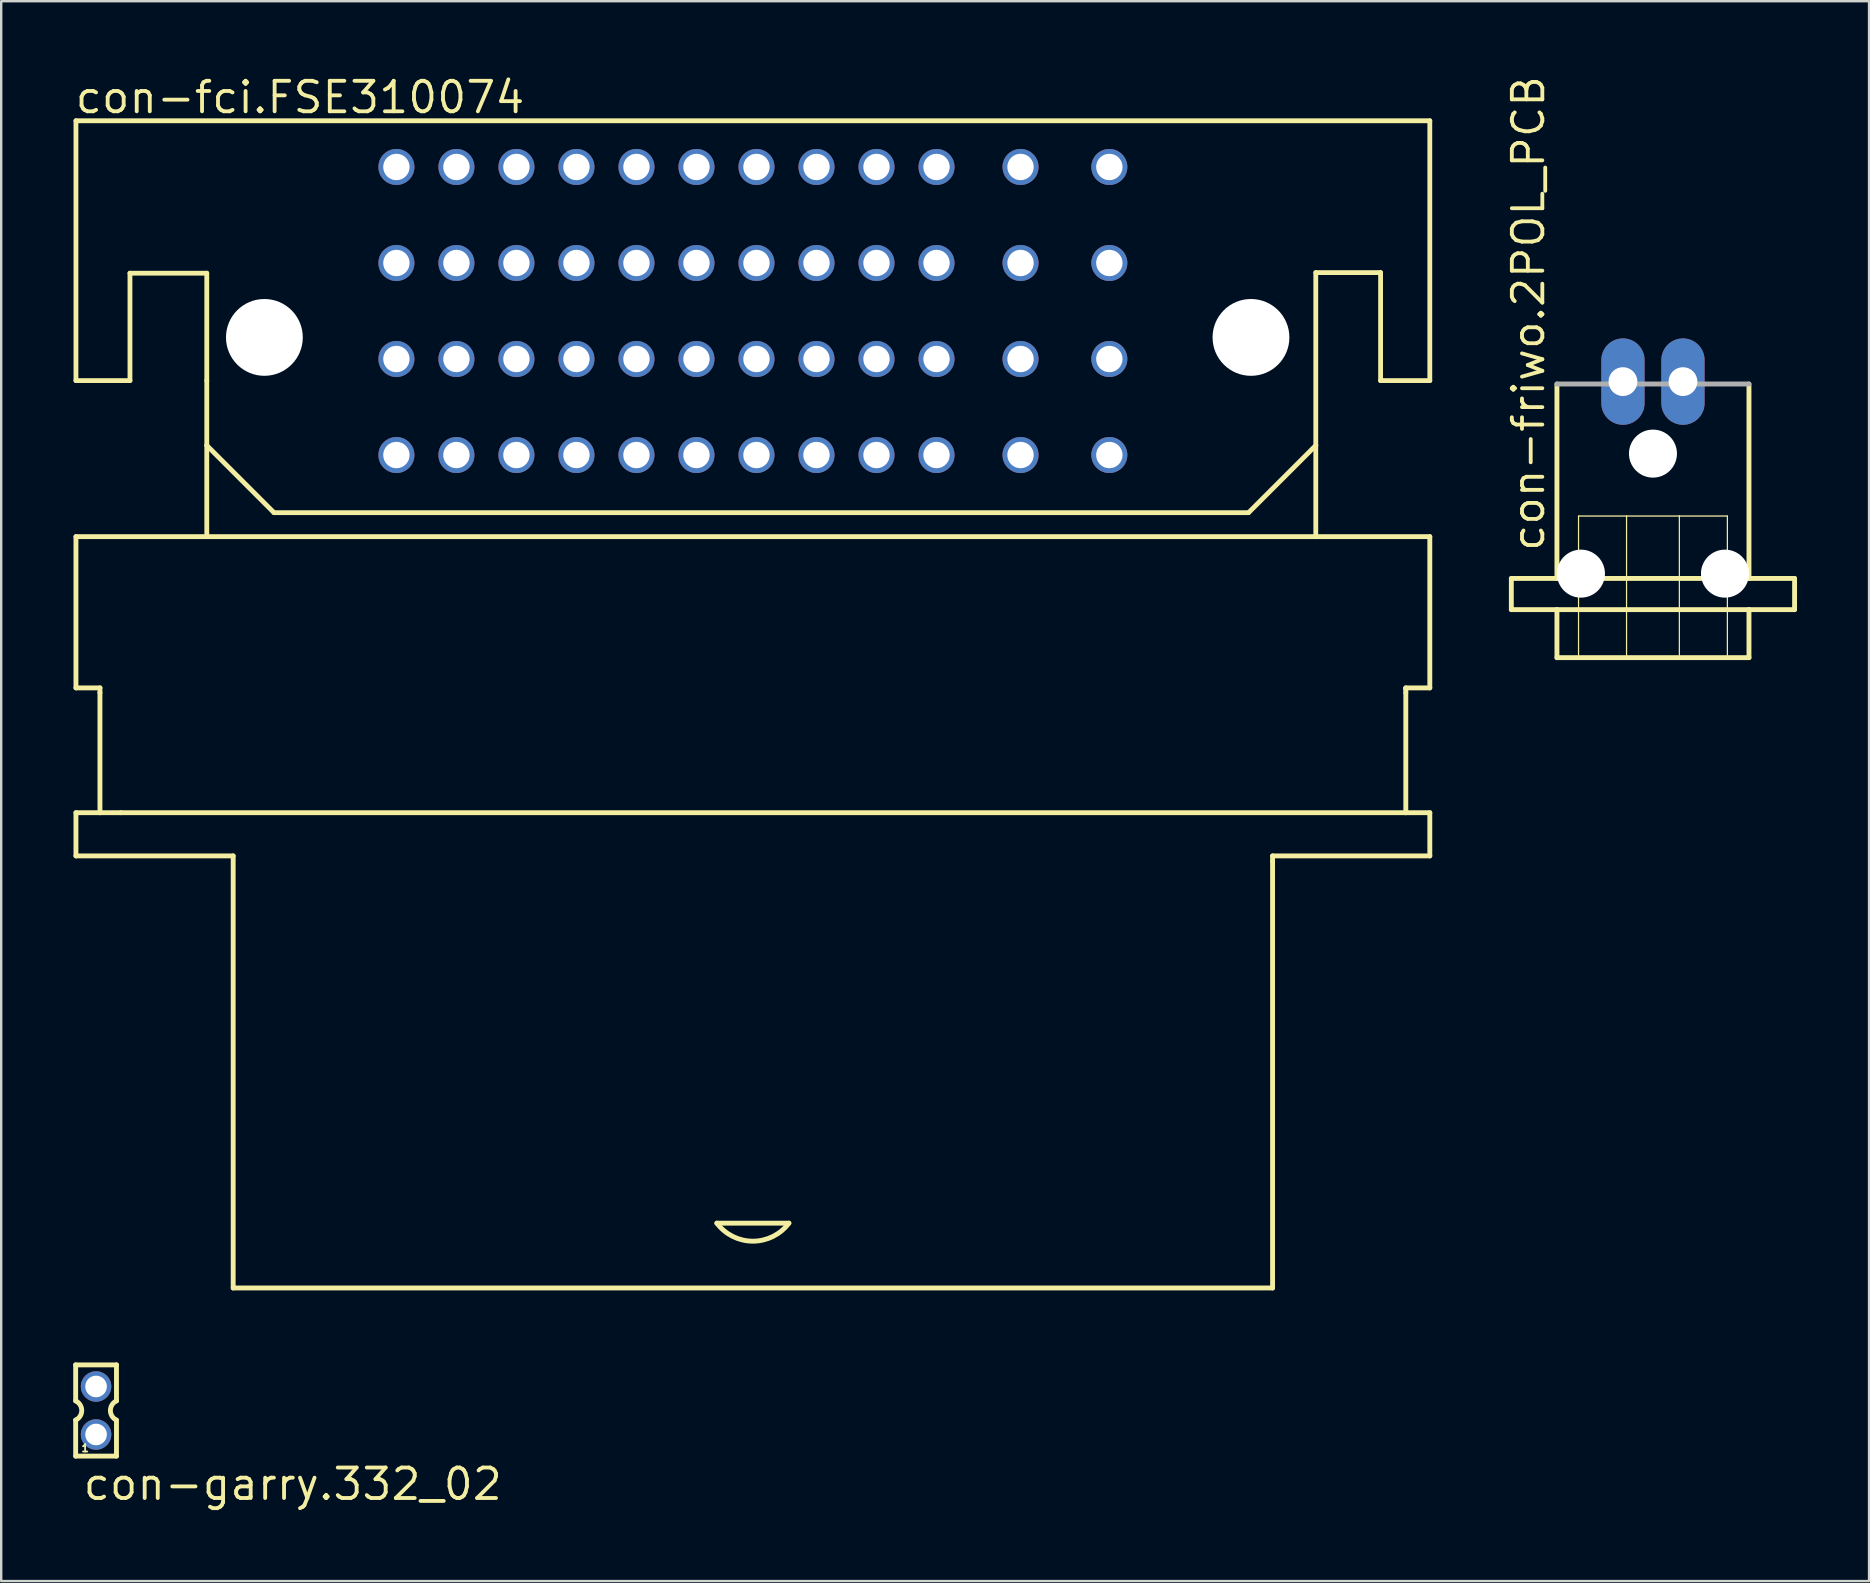
<source format=kicad_pcb>
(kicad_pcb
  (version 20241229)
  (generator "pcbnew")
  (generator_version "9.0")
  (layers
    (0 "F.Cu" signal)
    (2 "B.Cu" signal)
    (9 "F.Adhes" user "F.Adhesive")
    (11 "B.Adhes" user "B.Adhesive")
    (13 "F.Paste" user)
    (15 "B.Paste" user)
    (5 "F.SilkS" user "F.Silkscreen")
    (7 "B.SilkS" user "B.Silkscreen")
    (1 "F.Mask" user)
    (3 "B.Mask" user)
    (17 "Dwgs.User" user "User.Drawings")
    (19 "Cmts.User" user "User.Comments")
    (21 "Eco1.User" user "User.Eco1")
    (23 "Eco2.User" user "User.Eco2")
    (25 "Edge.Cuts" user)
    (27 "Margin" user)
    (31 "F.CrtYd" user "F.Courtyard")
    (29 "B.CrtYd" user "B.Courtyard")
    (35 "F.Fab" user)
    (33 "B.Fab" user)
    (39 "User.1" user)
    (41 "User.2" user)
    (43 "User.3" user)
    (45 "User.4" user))
  (footprint "con-fci.FSE310074"
    (layer "F.Cu")
    (at 28.314 15.906)
    (property "Reference" "con-fci.FSE310074" (at -28.314 -14.156 0) (layer "F.SilkS") (effects (font (size 1.27 1.27) (thickness 0.16)) (justify left bottom)))
    (attr through_hole)
    (fp_line (start -28.2 -13.925) (end -28.2 -3.1) (stroke (width 0.2) (type default)) (layer "F.SilkS"))
    (fp_line (start -28.2 -3.1) (end -25.95 -3.1) (stroke (width 0.2) (type default)) (layer "F.SilkS"))
    (fp_line (start -28.2 3.4) (end -28.2 9.7) (stroke (width 0.203) (type default)) (layer "F.SilkS"))
    (fp_line (start -28.2 9.7) (end -27.2 9.7) (stroke (width 0.203) (type default)) (layer "F.SilkS"))
    (fp_line (start -28.2 14.9) (end -27.2 14.9) (stroke (width 0.203) (type default)) (layer "F.SilkS"))
    (fp_line (start -28.2 16.7) (end -28.2 14.9) (stroke (width 0.203) (type default)) (layer "F.SilkS"))
    (fp_line (start -28.2 16.7) (end -21.65 16.7) (stroke (width 0.203) (type default)) (layer "F.SilkS"))
    (fp_line (start -27.2 9.7) (end -27.2 9.9) (stroke (width 0.203) (type default)) (layer "F.SilkS"))
    (fp_line (start -27.2 14.9) (end -27.2 9.9) (stroke (width 0.203) (type default)) (layer "F.SilkS"))
    (fp_line (start -27.2 14.9) (end -26.325 14.9) (stroke (width 0.203) (type default)) (layer "F.SilkS"))
    (fp_line (start -26.325 14.9) (end 27.2 14.9) (stroke (width 0.203) (type default)) (layer "F.SilkS"))
    (fp_line (start -25.95 -7.575) (end -22.75 -7.575) (stroke (width 0.2) (type default)) (layer "F.SilkS"))
    (fp_line (start -25.95 -3.1) (end -25.95 -7.575) (stroke (width 0.2) (type default)) (layer "F.SilkS"))
    (fp_line (start -22.75 -7.575) (end -22.75 -3.1) (stroke (width 0.2) (type default)) (layer "F.SilkS"))
    (fp_line (start -22.75 -3.1) (end -22.75 -0.4) (stroke (width 0.2) (type default)) (layer "F.SilkS"))
    (fp_line (start -22.75 -0.4) (end -22.75 3.4) (stroke (width 0.2) (type default)) (layer "F.SilkS"))
    (fp_line (start -22.75 -0.4) (end -19.95 2.4) (stroke (width 0.2) (type default)) (layer "F.SilkS"))
    (fp_line (start -22.75 3.4) (end -28.2 3.4) (stroke (width 0.203) (type default)) (layer "F.SilkS"))
    (fp_line (start -21.65 16.7) (end -21.65 34.7) (stroke (width 0.203) (type default)) (layer "F.SilkS"))
    (fp_line (start -21.65 34.7) (end 21.65 34.7) (stroke (width 0.203) (type default)) (layer "F.SilkS"))
    (fp_line (start -1.5 32) (end 1.5 32) (stroke (width 0.203) (type default)) (layer "F.SilkS"))
    (fp_line (start 20.65 2.4) (end -19.95 2.4) (stroke (width 0.2) (type default)) (layer "F.SilkS"))
    (fp_line (start 20.65 2.4) (end 23.45 -0.4) (stroke (width 0.2) (type default)) (layer "F.SilkS"))
    (fp_line (start 21.65 16.7) (end 28.2 16.7) (stroke (width 0.203) (type default)) (layer "F.SilkS"))
    (fp_line (start 21.65 16.925) (end 21.65 16.7) (stroke (width 0.203) (type default)) (layer "F.SilkS"))
    (fp_line (start 21.65 34.7) (end 21.65 16.925) (stroke (width 0.203) (type default)) (layer "F.SilkS"))
    (fp_line (start 23.45 -7.6) (end 26.15 -7.6) (stroke (width 0.2) (type default)) (layer "F.SilkS"))
    (fp_line (start 23.45 -0.4) (end 23.45 -7.6) (stroke (width 0.2) (type default)) (layer "F.SilkS"))
    (fp_line (start 23.45 3.4) (end -22.75 3.4) (stroke (width 0.203) (type default)) (layer "F.SilkS"))
    (fp_line (start 23.45 3.4) (end 23.45 -0.4) (stroke (width 0.2) (type default)) (layer "F.SilkS"))
    (fp_line (start 26.15 -7.6) (end 26.15 -3.1) (stroke (width 0.2) (type default)) (layer "F.SilkS"))
    (fp_line (start 26.15 -3.1) (end 28.2 -3.1) (stroke (width 0.2) (type default)) (layer "F.SilkS"))
    (fp_line (start 27.2 9.7) (end 28.2 9.7) (stroke (width 0.203) (type default)) (layer "F.SilkS"))
    (fp_line (start 27.2 9.725) (end 27.2 9.7) (stroke (width 0.203) (type default)) (layer "F.SilkS"))
    (fp_line (start 27.2 9.75) (end 27.2 9.725) (stroke (width 0.203) (type default)) (layer "F.SilkS"))
    (fp_line (start 27.2 9.9) (end 27.2 9.75) (stroke (width 0.203) (type default)) (layer "F.SilkS"))
    (fp_line (start 27.2 14.9) (end 27.2 9.9) (stroke (width 0.203) (type default)) (layer "F.SilkS"))
    (fp_line (start 27.2 14.9) (end 28.2 14.9) (stroke (width 0.203) (type default)) (layer "F.SilkS"))
    (fp_line (start 28.2 -13.925) (end -28.2 -13.925) (stroke (width 0.2) (type default)) (layer "F.SilkS"))
    (fp_line (start 28.2 -3.1) (end 28.2 -13.925) (stroke (width 0.2) (type default)) (layer "F.SilkS"))
    (fp_line (start 28.2 3.4) (end 23.45 3.4) (stroke (width 0.203) (type default)) (layer "F.SilkS"))
    (fp_line (start 28.2 9.7) (end 28.2 3.4) (stroke (width 0.203) (type default)) (layer "F.SilkS"))
    (fp_line (start 28.2 16.7) (end 28.2 14.9) (stroke (width 0.203) (type default)) (layer "F.SilkS"))
    (fp_arc (start 1.5 32) (mid 0 32.75) (end -1.5 32) (stroke (width 0.2032) (type default)) (layer "F.SilkS"))
    (fp_line (start 19.95 -3.3) (end 20.75 -3.3) (stroke (width 0.001) (type default)) (layer "Edge.Cuts"))
    (fp_line (start 20.75 -6.5) (end 19.925 -6.5) (stroke (width 0.001) (type default)) (layer "Edge.Cuts"))
    (fp_arc (start 19.95 -3.3) (mid 18.349951 -4.887597) (end 19.925 -6.5) (stroke (width 0.001) (type default)) (layer "Edge.Cuts"))
    (pad "" np_thru_hole circle (at -20.35 -4.9) (size 3.2 3.2) (drill 3.2) (layers "*.Cu" "*.Mask"))
    (pad "" np_thru_hole circle (at 20.75 -4.9) (size 3.2 3.2) (drill 3.2) (layers "*.Cu" "*.Mask"))
    (pad "A1" thru_hole circle (at -14.85 -12) (size 1.5 1.5) (drill 1.1) (layers "*.Cu" "*.Mask"))
    (pad "A2" thru_hole circle (at -14.85 -8) (size 1.5 1.5) (drill 1.1) (layers "*.Cu" "*.Mask"))
    (pad "A3" thru_hole circle (at -14.85 -4) (size 1.5 1.5) (drill 1.1) (layers "*.Cu" "*.Mask"))
    (pad "A4" thru_hole circle (at -14.85 0) (size 1.5 1.5) (drill 1.1) (layers "*.Cu" "*.Mask"))
    (pad "B1" thru_hole circle (at -12.35 -12) (size 1.5 1.5) (drill 1.1) (layers "*.Cu" "*.Mask"))
    (pad "B2" thru_hole circle (at -12.35 -8) (size 1.5 1.5) (drill 1.1) (layers "*.Cu" "*.Mask"))
    (pad "B3" thru_hole circle (at -12.35 -4) (size 1.5 1.5) (drill 1.1) (layers "*.Cu" "*.Mask"))
    (pad "B4" thru_hole circle (at -12.35 0) (size 1.5 1.5) (drill 1.1) (layers "*.Cu" "*.Mask"))
    (pad "C1" thru_hole circle (at -9.85 -12) (size 1.5 1.5) (drill 1.1) (layers "*.Cu" "*.Mask"))
    (pad "C2" thru_hole circle (at -9.85 -8) (size 1.5 1.5) (drill 1.1) (layers "*.Cu" "*.Mask"))
    (pad "C3" thru_hole circle (at -9.85 -4) (size 1.5 1.5) (drill 1.1) (layers "*.Cu" "*.Mask"))
    (pad "C4" thru_hole circle (at -9.85 0) (size 1.5 1.5) (drill 1.1) (layers "*.Cu" "*.Mask"))
    (pad "D1" thru_hole circle (at -7.35 -12) (size 1.5 1.5) (drill 1.1) (layers "*.Cu" "*.Mask"))
    (pad "D2" thru_hole circle (at -7.35 -8) (size 1.5 1.5) (drill 1.1) (layers "*.Cu" "*.Mask"))
    (pad "D3" thru_hole circle (at -7.35 -4) (size 1.5 1.5) (drill 1.1) (layers "*.Cu" "*.Mask"))
    (pad "D4" thru_hole circle (at -7.35 0) (size 1.5 1.5) (drill 1.1) (layers "*.Cu" "*.Mask"))
    (pad "E1" thru_hole circle (at -4.85 -12) (size 1.5 1.5) (drill 1.1) (layers "*.Cu" "*.Mask"))
    (pad "E2" thru_hole circle (at -4.85 -8) (size 1.5 1.5) (drill 1.1) (layers "*.Cu" "*.Mask"))
    (pad "E3" thru_hole circle (at -4.85 -4) (size 1.5 1.5) (drill 1.1) (layers "*.Cu" "*.Mask"))
    (pad "E4" thru_hole circle (at -4.85 0) (size 1.5 1.5) (drill 1.1) (layers "*.Cu" "*.Mask"))
    (pad "F1" thru_hole circle (at -2.35 -12) (size 1.5 1.5) (drill 1.1) (layers "*.Cu" "*.Mask"))
    (pad "F2" thru_hole circle (at -2.35 -8) (size 1.5 1.5) (drill 1.1) (layers "*.Cu" "*.Mask"))
    (pad "F3" thru_hole circle (at -2.35 -4) (size 1.5 1.5) (drill 1.1) (layers "*.Cu" "*.Mask"))
    (pad "F4" thru_hole circle (at -2.35 0) (size 1.5 1.5) (drill 1.1) (layers "*.Cu" "*.Mask"))
    (pad "G1" thru_hole circle (at 0.15 -12) (size 1.5 1.5) (drill 1.1) (layers "*.Cu" "*.Mask"))
    (pad "G2" thru_hole circle (at 0.15 -8) (size 1.5 1.5) (drill 1.1) (layers "*.Cu" "*.Mask"))
    (pad "G3" thru_hole circle (at 0.15 -4) (size 1.5 1.5) (drill 1.1) (layers "*.Cu" "*.Mask"))
    (pad "G4" thru_hole circle (at 0.15 0) (size 1.5 1.5) (drill 1.1) (layers "*.Cu" "*.Mask"))
    (pad "H1" thru_hole circle (at 2.65 -12) (size 1.5 1.5) (drill 1.1) (layers "*.Cu" "*.Mask"))
    (pad "H2" thru_hole circle (at 2.65 -8) (size 1.5 1.5) (drill 1.1) (layers "*.Cu" "*.Mask"))
    (pad "H3" thru_hole circle (at 2.65 -4) (size 1.5 1.5) (drill 1.1) (layers "*.Cu" "*.Mask"))
    (pad "H4" thru_hole circle (at 2.65 0) (size 1.5 1.5) (drill 1.1) (layers "*.Cu" "*.Mask"))
    (pad "J1" thru_hole circle (at 5.15 -12) (size 1.5 1.5) (drill 1.1) (layers "*.Cu" "*.Mask"))
    (pad "J2" thru_hole circle (at 5.15 -8) (size 1.5 1.5) (drill 1.1) (layers "*.Cu" "*.Mask"))
    (pad "J3" thru_hole circle (at 5.15 -4) (size 1.5 1.5) (drill 1.1) (layers "*.Cu" "*.Mask"))
    (pad "J4" thru_hole circle (at 5.15 0) (size 1.5 1.5) (drill 1.1) (layers "*.Cu" "*.Mask"))
    (pad "K1" thru_hole circle (at 7.65 -12) (size 1.5 1.5) (drill 1.1) (layers "*.Cu" "*.Mask"))
    (pad "K2" thru_hole circle (at 7.65 -8) (size 1.5 1.5) (drill 1.1) (layers "*.Cu" "*.Mask"))
    (pad "K3" thru_hole circle (at 7.65 -4) (size 1.5 1.5) (drill 1.1) (layers "*.Cu" "*.Mask"))
    (pad "K4" thru_hole circle (at 7.65 0) (size 1.5 1.5) (drill 1.1) (layers "*.Cu" "*.Mask"))
    (pad "L1" thru_hole circle (at 11.15 -12) (size 1.5 1.5) (drill 1.1) (layers "*.Cu" "*.Mask"))
    (pad "L2" thru_hole circle (at 11.15 -8) (size 1.5 1.5) (drill 1.1) (layers "*.Cu" "*.Mask"))
    (pad "L3" thru_hole circle (at 11.15 -4) (size 1.5 1.5) (drill 1.1) (layers "*.Cu" "*.Mask"))
    (pad "L4" thru_hole circle (at 11.15 0) (size 1.5 1.5) (drill 1.1) (layers "*.Cu" "*.Mask"))
    (pad "M1" thru_hole circle (at 14.85 -12) (size 1.5 1.5) (drill 1.1) (layers "*.Cu" "*.Mask"))
    (pad "M2" thru_hole circle (at 14.85 -8) (size 1.5 1.5) (drill 1.1) (layers "*.Cu" "*.Mask"))
    (pad "M3" thru_hole circle (at 14.85 -4) (size 1.5 1.5) (drill 1.1) (layers "*.Cu" "*.Mask"))
    (pad "M4" thru_hole circle (at 14.85 0) (size 1.5 1.5) (drill 1.1) (layers "*.Cu" "*.Mask")))
  (footprint "con-friwo.2POL_PCB"
    (layer "F.Cu")
    (at 65.81 24.447)
    (property "Reference" "con-friwo.2POL_PCB" (at -4.445 -4.445 90) (layer "F.SilkS") (effects (font (size 1.27 1.27) (thickness 0.16)) (justify left bottom)))
    (attr through_hole)
    (fp_line (start -5.9 -3.4) (end -5.9 -2.1) (stroke (width 0.203) (type default)) (layer "F.SilkS"))
    (fp_line (start -5.9 -2.1) (end -4 -2.1) (stroke (width 0.203) (type default)) (layer "F.SilkS"))
    (fp_line (start -4 -11.5) (end -4 -3.4) (stroke (width 0.203) (type default)) (layer "F.SilkS"))
    (fp_line (start -4 -3.4) (end -5.9 -3.4) (stroke (width 0.203) (type default)) (layer "F.SilkS"))
    (fp_line (start -4 -2.1) (end -4 -0.1) (stroke (width 0.203) (type default)) (layer "F.SilkS"))
    (fp_line (start -4 -2.1) (end 4 -2.1) (stroke (width 0.203) (type default)) (layer "F.SilkS"))
    (fp_line (start -4 -0.1) (end 4 -0.1) (stroke (width 0.203) (type default)) (layer "F.SilkS"))
    (fp_line (start -3.1 -0.2) (end -3.1 -6) (stroke (width 0.051) (type default)) (layer "F.SilkS"))
    (fp_line (start -1.1 -6) (end -3.1 -6) (stroke (width 0.051) (type default)) (layer "F.SilkS"))
    (fp_line (start -1.1 -0.2) (end -1.1 -6) (stroke (width 0.051) (type default)) (layer "F.SilkS"))
    (fp_line (start 1.1 -6) (end -1.1 -6) (stroke (width 0.051) (type default)) (layer "F.SilkS"))
    (fp_line (start 1.1 -0.2) (end 1.1 -6) (stroke (width 0.051) (type default)) (layer "F.SilkS"))
    (fp_line (start 3.1 -6) (end 1.1 -6) (stroke (width 0.051) (type default)) (layer "F.SilkS"))
    (fp_line (start 3.1 -0.2) (end 3.1 -6) (stroke (width 0.051) (type default)) (layer "F.SilkS"))
    (fp_line (start 4 -3.4) (end -4 -3.4) (stroke (width 0.203) (type default)) (layer "F.SilkS"))
    (fp_line (start 4 -3.4) (end 4 -11.5) (stroke (width 0.203) (type default)) (layer "F.SilkS"))
    (fp_line (start 4 -2.1) (end 5.9 -2.1) (stroke (width 0.203) (type default)) (layer "F.SilkS"))
    (fp_line (start 4 -0.1) (end 4 -2.1) (stroke (width 0.203) (type default)) (layer "F.SilkS"))
    (fp_line (start 5.9 -3.4) (end 4 -3.4) (stroke (width 0.203) (type default)) (layer "F.SilkS"))
    (fp_line (start 5.9 -2.1) (end 5.9 -3.4) (stroke (width 0.203) (type default)) (layer "F.SilkS"))
    (fp_line (start 4 -11.5) (end -4 -11.5) (stroke (width 0.203) (type default)) (layer "F.Fab"))
    (pad "" np_thru_hole circle (at -3 -3.6) (size 2 2) (drill 2) (layers "*.Cu" "*.Mask"))
    (pad "" np_thru_hole circle (at 0 -8.6) (size 2 2) (drill 2) (layers "*.Cu" "*.Mask"))
    (pad "" np_thru_hole circle (at 3 -3.6) (size 2 2) (drill 2) (layers "*.Cu" "*.Mask"))
    (pad "1" thru_hole oval (at -1.25 -11.6 90) (size 3.599 1.8) (drill 1.2) (layers "*.Cu" "*.Mask"))
    (pad "2" thru_hole oval (at 1.25 -11.6 90) (size 3.599 1.8) (drill 1.2) (layers "*.Cu" "*.Mask")))
  (footprint "con-garry.332_02"
    (layer "F.Cu")
    (at 0.952 55.709)
    (property "Reference" "con-garry.332_02" (at -0.62 3.81 0) (layer "F.SilkS") (effects (font (size 1.27 1.27) (thickness 0.16)) (justify left bottom)))
    (attr through_hole)
    (fp_line (start -0.85 -1.9) (end -0.85 -0.4) (stroke (width 0.203) (type default)) (layer "F.SilkS"))
    (fp_line (start -0.85 0.4) (end -0.85 1.9) (stroke (width 0.203) (type default)) (layer "F.SilkS"))
    (fp_line (start -0.85 1.9) (end 0.85 1.9) (stroke (width 0.203) (type default)) (layer "F.SilkS"))
    (fp_line (start 0.85 -1.9) (end -0.85 -1.9) (stroke (width 0.203) (type default)) (layer "F.SilkS"))
    (fp_line (start 0.85 -0.4) (end 0.85 -1.9) (stroke (width 0.203) (type default)) (layer "F.SilkS"))
    (fp_line (start 0.85 1.9) (end 0.85 0.4) (stroke (width 0.203) (type default)) (layer "F.SilkS"))
    (fp_arc (start -0.85 -0.4) (mid -0.597167 0) (end -0.85 0.4) (stroke (width 0.2032) (type default)) (layer "F.SilkS"))
    (fp_arc (start 0.85 0.4) (mid 0.597167 0) (end 0.85 -0.4) (stroke (width 0.2032) (type default)) (layer "F.SilkS"))
    (fp_rect (start -0.25 -0.75) (end 0.25 -1.25) (stroke (width 0.05) (type default)) (fill no) (layer "F.Fab"))
    (fp_rect (start -0.25 1.25) (end 0.25 0.75) (stroke (width 0.05) (type default)) (fill no) (layer "F.Fab"))
    (fp_text user "1" (at -0.65 1.75 0) (layer "F.SilkS") (effects (font (size 0.305 0.305) (thickness 0.15)) (justify left bottom)))
    (pad "1" thru_hole circle (at 0 1) (size 1.27 1.27) (drill 0.9) (layers "*.Cu" "*.Mask"))
    (pad "2" thru_hole circle (at 0 -1) (size 1.27 1.27) (drill 0.9) (layers "*.Cu" "*.Mask")))
  (gr_rect
    (start -3 -3)
    (end 74.812 62.816)
    (stroke (width 0.1) (type default))
    (fill no)
    (layer "Edge.Cuts")))
</source>
